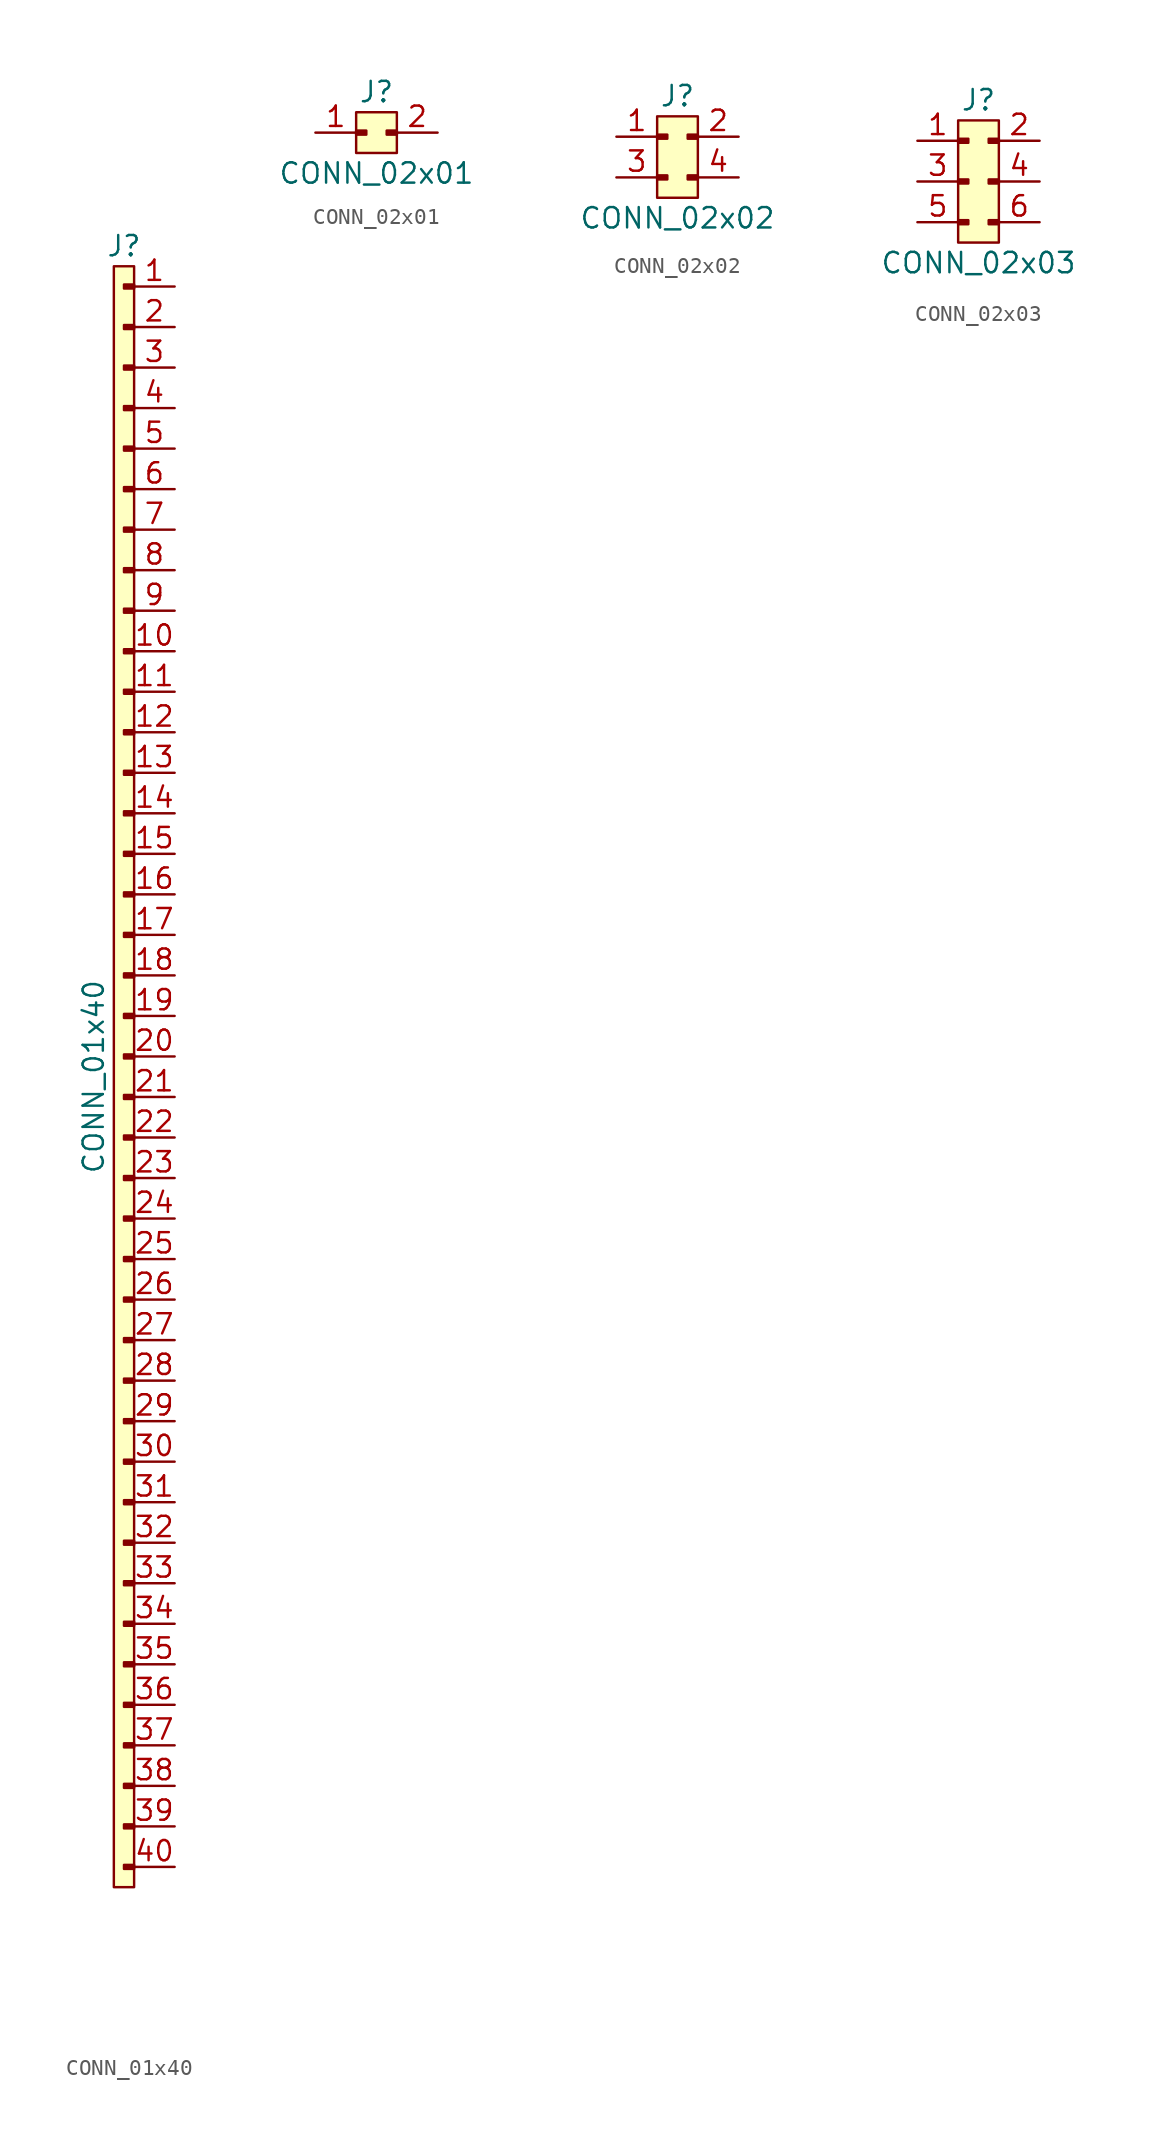
<source format=kicad_sym>
(kicad_symbol_lib
  (version 20211014)
  (generator agg_kicad.build_lib_connector)
  (symbol "CONN_01x40"
    (pin_names hide)
    (property Reference J
      (at -0.635 2.54 0)
      (effects (font (size 1.27 1.27))))
    (property Value "CONN_01x40"
      (at -2.54 -49.53 90)
      (effects (font (size 1.27 1.27))))
    (rectangle
      (start 0 -100.33)
      (end -1.27 1.27)
      (stroke (width 0) (type default) (color 0 0 0 0))
      (fill (type background)))
    (rectangle
      (start 0 0.127)
      (end -0.635 -0.127)
      (stroke (width 0) (type default) (color 0 0 0 0))
      (fill (type outline)))
    (rectangle
      (start 0 -2.413)
      (end -0.635 -2.667)
      (stroke (width 0) (type default) (color 0 0 0 0))
      (fill (type outline)))
    (rectangle
      (start 0 -4.953)
      (end -0.635 -5.207)
      (stroke (width 0) (type default) (color 0 0 0 0))
      (fill (type outline)))
    (rectangle
      (start 0 -7.493)
      (end -0.635 -7.747)
      (stroke (width 0) (type default) (color 0 0 0 0))
      (fill (type outline)))
    (rectangle
      (start 0 -10.033)
      (end -0.635 -10.287)
      (stroke (width 0) (type default) (color 0 0 0 0))
      (fill (type outline)))
    (rectangle
      (start 0 -12.573)
      (end -0.635 -12.827)
      (stroke (width 0) (type default) (color 0 0 0 0))
      (fill (type outline)))
    (rectangle
      (start 0 -15.113)
      (end -0.635 -15.367)
      (stroke (width 0) (type default) (color 0 0 0 0))
      (fill (type outline)))
    (rectangle
      (start 0 -17.653)
      (end -0.635 -17.907)
      (stroke (width 0) (type default) (color 0 0 0 0))
      (fill (type outline)))
    (rectangle
      (start 0 -20.193)
      (end -0.635 -20.447)
      (stroke (width 0) (type default) (color 0 0 0 0))
      (fill (type outline)))
    (rectangle
      (start 0 -22.733)
      (end -0.635 -22.987)
      (stroke (width 0) (type default) (color 0 0 0 0))
      (fill (type outline)))
    (rectangle
      (start 0 -25.273)
      (end -0.635 -25.527)
      (stroke (width 0) (type default) (color 0 0 0 0))
      (fill (type outline)))
    (rectangle
      (start 0 -27.813)
      (end -0.635 -28.067)
      (stroke (width 0) (type default) (color 0 0 0 0))
      (fill (type outline)))
    (rectangle
      (start 0 -30.353)
      (end -0.635 -30.607)
      (stroke (width 0) (type default) (color 0 0 0 0))
      (fill (type outline)))
    (rectangle
      (start 0 -32.893)
      (end -0.635 -33.147)
      (stroke (width 0) (type default) (color 0 0 0 0))
      (fill (type outline)))
    (rectangle
      (start 0 -35.433)
      (end -0.635 -35.687)
      (stroke (width 0) (type default) (color 0 0 0 0))
      (fill (type outline)))
    (rectangle
      (start 0 -37.973)
      (end -0.635 -38.227)
      (stroke (width 0) (type default) (color 0 0 0 0))
      (fill (type outline)))
    (rectangle
      (start 0 -40.513)
      (end -0.635 -40.767)
      (stroke (width 0) (type default) (color 0 0 0 0))
      (fill (type outline)))
    (rectangle
      (start 0 -43.053)
      (end -0.635 -43.307)
      (stroke (width 0) (type default) (color 0 0 0 0))
      (fill (type outline)))
    (rectangle
      (start 0 -45.593)
      (end -0.635 -45.847)
      (stroke (width 0) (type default) (color 0 0 0 0))
      (fill (type outline)))
    (rectangle
      (start 0 -48.133)
      (end -0.635 -48.387)
      (stroke (width 0) (type default) (color 0 0 0 0))
      (fill (type outline)))
    (rectangle
      (start 0 -50.673)
      (end -0.635 -50.927)
      (stroke (width 0) (type default) (color 0 0 0 0))
      (fill (type outline)))
    (rectangle
      (start 0 -53.213)
      (end -0.635 -53.467)
      (stroke (width 0) (type default) (color 0 0 0 0))
      (fill (type outline)))
    (rectangle
      (start 0 -55.753)
      (end -0.635 -56.007)
      (stroke (width 0) (type default) (color 0 0 0 0))
      (fill (type outline)))
    (rectangle
      (start 0 -58.293)
      (end -0.635 -58.547)
      (stroke (width 0) (type default) (color 0 0 0 0))
      (fill (type outline)))
    (rectangle
      (start 0 -60.833)
      (end -0.635 -61.087)
      (stroke (width 0) (type default) (color 0 0 0 0))
      (fill (type outline)))
    (rectangle
      (start 0 -63.373)
      (end -0.635 -63.627)
      (stroke (width 0) (type default) (color 0 0 0 0))
      (fill (type outline)))
    (rectangle
      (start 0 -65.913)
      (end -0.635 -66.167)
      (stroke (width 0) (type default) (color 0 0 0 0))
      (fill (type outline)))
    (rectangle
      (start 0 -68.453)
      (end -0.635 -68.707)
      (stroke (width 0) (type default) (color 0 0 0 0))
      (fill (type outline)))
    (rectangle
      (start 0 -70.993)
      (end -0.635 -71.247)
      (stroke (width 0) (type default) (color 0 0 0 0))
      (fill (type outline)))
    (rectangle
      (start 0 -73.533)
      (end -0.635 -73.787)
      (stroke (width 0) (type default) (color 0 0 0 0))
      (fill (type outline)))
    (rectangle
      (start 0 -76.073)
      (end -0.635 -76.327)
      (stroke (width 0) (type default) (color 0 0 0 0))
      (fill (type outline)))
    (rectangle
      (start 0 -78.613)
      (end -0.635 -78.867)
      (stroke (width 0) (type default) (color 0 0 0 0))
      (fill (type outline)))
    (rectangle
      (start 0 -81.153)
      (end -0.635 -81.407)
      (stroke (width 0) (type default) (color 0 0 0 0))
      (fill (type outline)))
    (rectangle
      (start 0 -83.693)
      (end -0.635 -83.947)
      (stroke (width 0) (type default) (color 0 0 0 0))
      (fill (type outline)))
    (rectangle
      (start 0 -86.233)
      (end -0.635 -86.487)
      (stroke (width 0) (type default) (color 0 0 0 0))
      (fill (type outline)))
    (rectangle
      (start 0 -88.773)
      (end -0.635 -89.027)
      (stroke (width 0) (type default) (color 0 0 0 0))
      (fill (type outline)))
    (rectangle
      (start 0 -91.313)
      (end -0.635 -91.567)
      (stroke (width 0) (type default) (color 0 0 0 0))
      (fill (type outline)))
    (rectangle
      (start 0 -93.853)
      (end -0.635 -94.107)
      (stroke (width 0) (type default) (color 0 0 0 0))
      (fill (type outline)))
    (rectangle
      (start 0 -96.393)
      (end -0.635 -96.647)
      (stroke (width 0) (type default) (color 0 0 0 0))
      (fill (type outline)))
    (rectangle
      (start 0 -98.933)
      (end -0.635 -99.187)
      (stroke (width 0) (type default) (color 0 0 0 0))
      (fill (type outline)))
    (pin passive line
      (at 2.54 0 180)
      (length 2.54)
      (name "1" (effects (font (size 1.27 1.27))))
      (number "1" (effects (font (size 1.27 1.27)))))
    (pin passive line
      (at 2.54 -2.54 180)
      (length 2.54)
      (name "2" (effects (font (size 1.27 1.27))))
      (number "2" (effects (font (size 1.27 1.27)))))
    (pin passive line
      (at 2.54 -5.08 180)
      (length 2.54)
      (name "3" (effects (font (size 1.27 1.27))))
      (number "3" (effects (font (size 1.27 1.27)))))
    (pin passive line
      (at 2.54 -7.62 180)
      (length 2.54)
      (name "4" (effects (font (size 1.27 1.27))))
      (number "4" (effects (font (size 1.27 1.27)))))
    (pin passive line
      (at 2.54 -10.16 180)
      (length 2.54)
      (name "5" (effects (font (size 1.27 1.27))))
      (number "5" (effects (font (size 1.27 1.27)))))
    (pin passive line
      (at 2.54 -12.7 180)
      (length 2.54)
      (name "6" (effects (font (size 1.27 1.27))))
      (number "6" (effects (font (size 1.27 1.27)))))
    (pin passive line
      (at 2.54 -15.24 180)
      (length 2.54)
      (name "7" (effects (font (size 1.27 1.27))))
      (number "7" (effects (font (size 1.27 1.27)))))
    (pin passive line
      (at 2.54 -17.78 180)
      (length 2.54)
      (name "8" (effects (font (size 1.27 1.27))))
      (number "8" (effects (font (size 1.27 1.27)))))
    (pin passive line
      (at 2.54 -20.32 180)
      (length 2.54)
      (name "9" (effects (font (size 1.27 1.27))))
      (number "9" (effects (font (size 1.27 1.27)))))
    (pin passive line
      (at 2.54 -22.86 180)
      (length 2.54)
      (name "10" (effects (font (size 1.27 1.27))))
      (number "10" (effects (font (size 1.27 1.27)))))
    (pin passive line
      (at 2.54 -25.4 180)
      (length 2.54)
      (name "11" (effects (font (size 1.27 1.27))))
      (number "11" (effects (font (size 1.27 1.27)))))
    (pin passive line
      (at 2.54 -27.94 180)
      (length 2.54)
      (name "12" (effects (font (size 1.27 1.27))))
      (number "12" (effects (font (size 1.27 1.27)))))
    (pin passive line
      (at 2.54 -30.48 180)
      (length 2.54)
      (name "13" (effects (font (size 1.27 1.27))))
      (number "13" (effects (font (size 1.27 1.27)))))
    (pin passive line
      (at 2.54 -33.02 180)
      (length 2.54)
      (name "14" (effects (font (size 1.27 1.27))))
      (number "14" (effects (font (size 1.27 1.27)))))
    (pin passive line
      (at 2.54 -35.56 180)
      (length 2.54)
      (name "15" (effects (font (size 1.27 1.27))))
      (number "15" (effects (font (size 1.27 1.27)))))
    (pin passive line
      (at 2.54 -38.1 180)
      (length 2.54)
      (name "16" (effects (font (size 1.27 1.27))))
      (number "16" (effects (font (size 1.27 1.27)))))
    (pin passive line
      (at 2.54 -40.64 180)
      (length 2.54)
      (name "17" (effects (font (size 1.27 1.27))))
      (number "17" (effects (font (size 1.27 1.27)))))
    (pin passive line
      (at 2.54 -43.18 180)
      (length 2.54)
      (name "18" (effects (font (size 1.27 1.27))))
      (number "18" (effects (font (size 1.27 1.27)))))
    (pin passive line
      (at 2.54 -45.72 180)
      (length 2.54)
      (name "19" (effects (font (size 1.27 1.27))))
      (number "19" (effects (font (size 1.27 1.27)))))
    (pin passive line
      (at 2.54 -48.26 180)
      (length 2.54)
      (name "20" (effects (font (size 1.27 1.27))))
      (number "20" (effects (font (size 1.27 1.27)))))
    (pin passive line
      (at 2.54 -50.8 180)
      (length 2.54)
      (name "21" (effects (font (size 1.27 1.27))))
      (number "21" (effects (font (size 1.27 1.27)))))
    (pin passive line
      (at 2.54 -53.34 180)
      (length 2.54)
      (name "22" (effects (font (size 1.27 1.27))))
      (number "22" (effects (font (size 1.27 1.27)))))
    (pin passive line
      (at 2.54 -55.88 180)
      (length 2.54)
      (name "23" (effects (font (size 1.27 1.27))))
      (number "23" (effects (font (size 1.27 1.27)))))
    (pin passive line
      (at 2.54 -58.42 180)
      (length 2.54)
      (name "24" (effects (font (size 1.27 1.27))))
      (number "24" (effects (font (size 1.27 1.27)))))
    (pin passive line
      (at 2.54 -60.96 180)
      (length 2.54)
      (name "25" (effects (font (size 1.27 1.27))))
      (number "25" (effects (font (size 1.27 1.27)))))
    (pin passive line
      (at 2.54 -63.5 180)
      (length 2.54)
      (name "26" (effects (font (size 1.27 1.27))))
      (number "26" (effects (font (size 1.27 1.27)))))
    (pin passive line
      (at 2.54 -66.04 180)
      (length 2.54)
      (name "27" (effects (font (size 1.27 1.27))))
      (number "27" (effects (font (size 1.27 1.27)))))
    (pin passive line
      (at 2.54 -68.58 180)
      (length 2.54)
      (name "28" (effects (font (size 1.27 1.27))))
      (number "28" (effects (font (size 1.27 1.27)))))
    (pin passive line
      (at 2.54 -71.12 180)
      (length 2.54)
      (name "29" (effects (font (size 1.27 1.27))))
      (number "29" (effects (font (size 1.27 1.27)))))
    (pin passive line
      (at 2.54 -73.66 180)
      (length 2.54)
      (name "30" (effects (font (size 1.27 1.27))))
      (number "30" (effects (font (size 1.27 1.27)))))
    (pin passive line
      (at 2.54 -76.2 180)
      (length 2.54)
      (name "31" (effects (font (size 1.27 1.27))))
      (number "31" (effects (font (size 1.27 1.27)))))
    (pin passive line
      (at 2.54 -78.74 180)
      (length 2.54)
      (name "32" (effects (font (size 1.27 1.27))))
      (number "32" (effects (font (size 1.27 1.27)))))
    (pin passive line
      (at 2.54 -81.28 180)
      (length 2.54)
      (name "33" (effects (font (size 1.27 1.27))))
      (number "33" (effects (font (size 1.27 1.27)))))
    (pin passive line
      (at 2.54 -83.82 180)
      (length 2.54)
      (name "34" (effects (font (size 1.27 1.27))))
      (number "34" (effects (font (size 1.27 1.27)))))
    (pin passive line
      (at 2.54 -86.36 180)
      (length 2.54)
      (name "35" (effects (font (size 1.27 1.27))))
      (number "35" (effects (font (size 1.27 1.27)))))
    (pin passive line
      (at 2.54 -88.9 180)
      (length 2.54)
      (name "36" (effects (font (size 1.27 1.27))))
      (number "36" (effects (font (size 1.27 1.27)))))
    (pin passive line
      (at 2.54 -91.44 180)
      (length 2.54)
      (name "37" (effects (font (size 1.27 1.27))))
      (number "37" (effects (font (size 1.27 1.27)))))
    (pin passive line
      (at 2.54 -93.98 180)
      (length 2.54)
      (name "38" (effects (font (size 1.27 1.27))))
      (number "38" (effects (font (size 1.27 1.27)))))
    (pin passive line
      (at 2.54 -96.52 180)
      (length 2.54)
      (name "39" (effects (font (size 1.27 1.27))))
      (number "39" (effects (font (size 1.27 1.27)))))
    (pin passive line
      (at 2.54 -99.06 180)
      (length 2.54)
      (name "40" (effects (font (size 1.27 1.27))))
      (number "40" (effects (font (size 1.27 1.27))))))
  (symbol "CONN_02x01"
    (pin_names hide)
    (property Reference J
      (at -1.27 2.54 0)
      (effects (font (size 1.27 1.27))))
    (property Value "CONN_02x01"
      (at -1.27 -2.54 0)
      (effects (font (size 1.27 1.27))))
    (rectangle
      (start 0 -1.27)
      (end -2.54 1.27)
      (stroke (width 0) (type default) (color 0 0 0 0))
      (fill (type background)))
    (rectangle
      (start 0 0.127)
      (end -0.635 -0.127)
      (stroke (width 0) (type default) (color 0 0 0 0))
      (fill (type outline)))
    (rectangle
      (start -2.54 0.127)
      (end -1.905 -0.127)
      (stroke (width 0) (type default) (color 0 0 0 0))
      (fill (type outline)))
    (pin passive line
      (at 2.54 0 180)
      (length 2.54)
      (name "2" (effects (font (size 1.27 1.27))))
      (number "2" (effects (font (size 1.27 1.27)))))
    (pin passive line
      (at -5.08 0 0)
      (length 2.54)
      (name "1" (effects (font (size 1.27 1.27))))
      (number "1" (effects (font (size 1.27 1.27))))))
  (symbol "CONN_02x02"
    (pin_names hide)
    (property Reference J
      (at -1.27 2.54 0)
      (effects (font (size 1.27 1.27))))
    (property Value "CONN_02x02"
      (at -1.27 -5.08 0)
      (effects (font (size 1.27 1.27))))
    (rectangle
      (start 0 -3.81)
      (end -2.54 1.27)
      (stroke (width 0) (type default) (color 0 0 0 0))
      (fill (type background)))
    (rectangle
      (start 0 0.127)
      (end -0.635 -0.127)
      (stroke (width 0) (type default) (color 0 0 0 0))
      (fill (type outline)))
    (rectangle
      (start -2.54 0.127)
      (end -1.905 -0.127)
      (stroke (width 0) (type default) (color 0 0 0 0))
      (fill (type outline)))
    (rectangle
      (start 0 -2.413)
      (end -0.635 -2.667)
      (stroke (width 0) (type default) (color 0 0 0 0))
      (fill (type outline)))
    (rectangle
      (start -2.54 -2.413)
      (end -1.905 -2.667)
      (stroke (width 0) (type default) (color 0 0 0 0))
      (fill (type outline)))
    (pin passive line
      (at 2.54 0 180)
      (length 2.54)
      (name "2" (effects (font (size 1.27 1.27))))
      (number "2" (effects (font (size 1.27 1.27)))))
    (pin passive line
      (at -5.08 0 0)
      (length 2.54)
      (name "1" (effects (font (size 1.27 1.27))))
      (number "1" (effects (font (size 1.27 1.27)))))
    (pin passive line
      (at 2.54 -2.54 180)
      (length 2.54)
      (name "4" (effects (font (size 1.27 1.27))))
      (number "4" (effects (font (size 1.27 1.27)))))
    (pin passive line
      (at -5.08 -2.54 0)
      (length 2.54)
      (name "3" (effects (font (size 1.27 1.27))))
      (number "3" (effects (font (size 1.27 1.27))))))
  (symbol "CONN_02x03"
    (pin_names hide)
    (property Reference J
      (at -1.27 2.54 0)
      (effects (font (size 1.27 1.27))))
    (property Value "CONN_02x03"
      (at -1.27 -7.62 0)
      (effects (font (size 1.27 1.27))))
    (rectangle
      (start 0 -6.35)
      (end -2.54 1.27)
      (stroke (width 0) (type default) (color 0 0 0 0))
      (fill (type background)))
    (rectangle
      (start 0 0.127)
      (end -0.635 -0.127)
      (stroke (width 0) (type default) (color 0 0 0 0))
      (fill (type outline)))
    (rectangle
      (start -2.54 0.127)
      (end -1.905 -0.127)
      (stroke (width 0) (type default) (color 0 0 0 0))
      (fill (type outline)))
    (rectangle
      (start 0 -2.413)
      (end -0.635 -2.667)
      (stroke (width 0) (type default) (color 0 0 0 0))
      (fill (type outline)))
    (rectangle
      (start -2.54 -2.413)
      (end -1.905 -2.667)
      (stroke (width 0) (type default) (color 0 0 0 0))
      (fill (type outline)))
    (rectangle
      (start 0 -4.953)
      (end -0.635 -5.207)
      (stroke (width 0) (type default) (color 0 0 0 0))
      (fill (type outline)))
    (rectangle
      (start -2.54 -4.953)
      (end -1.905 -5.207)
      (stroke (width 0) (type default) (color 0 0 0 0))
      (fill (type outline)))
    (pin passive line
      (at 2.54 0 180)
      (length 2.54)
      (name "2" (effects (font (size 1.27 1.27))))
      (number "2" (effects (font (size 1.27 1.27)))))
    (pin passive line
      (at -5.08 0 0)
      (length 2.54)
      (name "1" (effects (font (size 1.27 1.27))))
      (number "1" (effects (font (size 1.27 1.27)))))
    (pin passive line
      (at 2.54 -2.54 180)
      (length 2.54)
      (name "4" (effects (font (size 1.27 1.27))))
      (number "4" (effects (font (size 1.27 1.27)))))
    (pin passive line
      (at -5.08 -2.54 0)
      (length 2.54)
      (name "3" (effects (font (size 1.27 1.27))))
      (number "3" (effects (font (size 1.27 1.27)))))
    (pin passive line
      (at 2.54 -5.08 180)
      (length 2.54)
      (name "6" (effects (font (size 1.27 1.27))))
      (number "6" (effects (font (size 1.27 1.27)))))
    (pin passive line
      (at -5.08 -5.08 0)
      (length 2.54)
      (name "5" (effects (font (size 1.27 1.27))))
      (number "5" (effects (font (size 1.27 1.27)))))))
</source>
